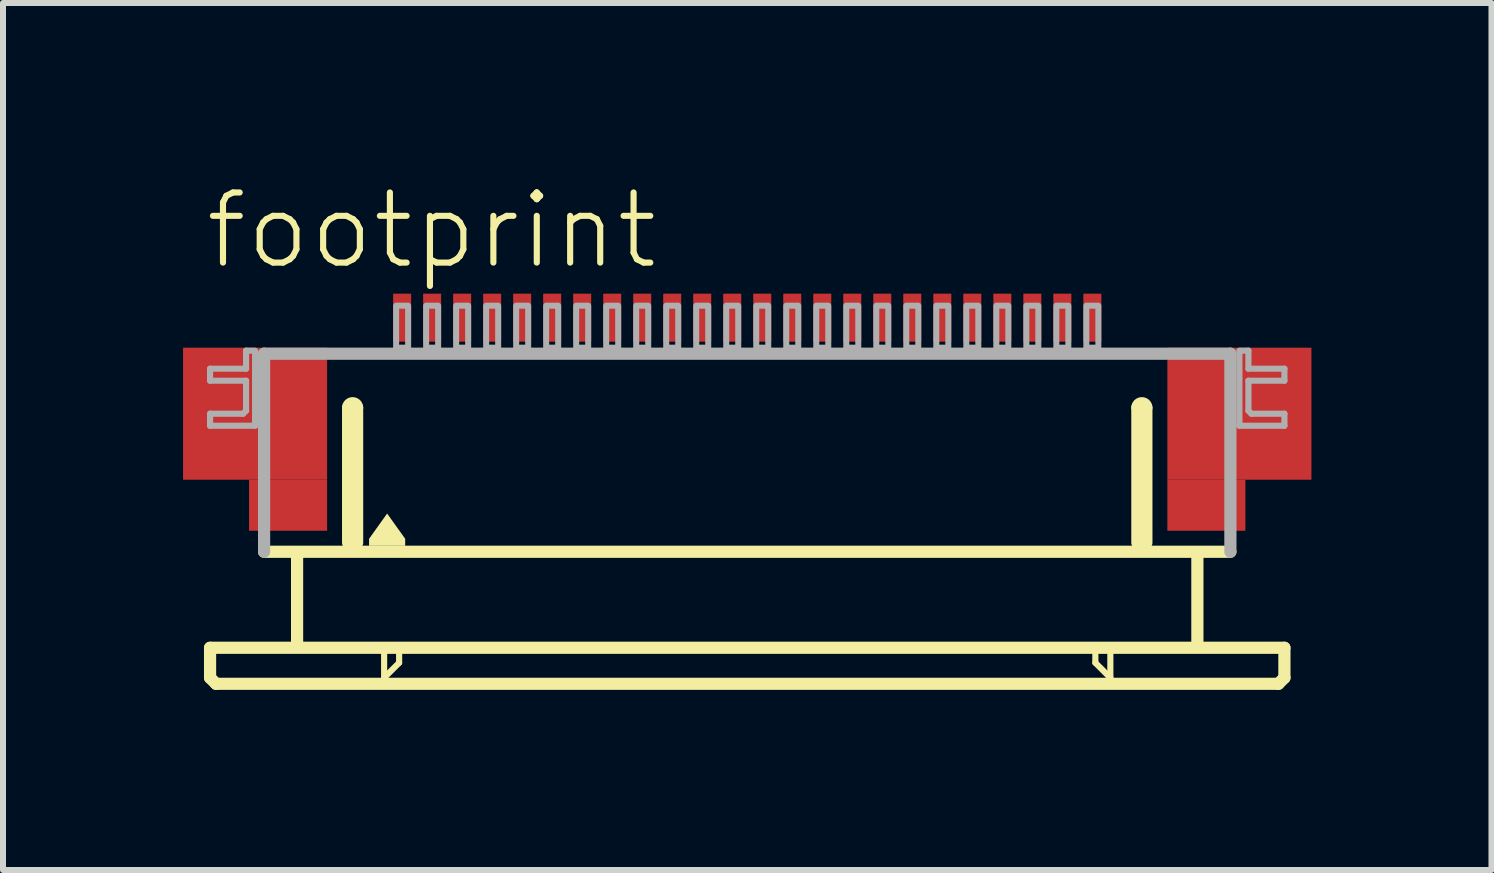
<source format=kicad_pcb>
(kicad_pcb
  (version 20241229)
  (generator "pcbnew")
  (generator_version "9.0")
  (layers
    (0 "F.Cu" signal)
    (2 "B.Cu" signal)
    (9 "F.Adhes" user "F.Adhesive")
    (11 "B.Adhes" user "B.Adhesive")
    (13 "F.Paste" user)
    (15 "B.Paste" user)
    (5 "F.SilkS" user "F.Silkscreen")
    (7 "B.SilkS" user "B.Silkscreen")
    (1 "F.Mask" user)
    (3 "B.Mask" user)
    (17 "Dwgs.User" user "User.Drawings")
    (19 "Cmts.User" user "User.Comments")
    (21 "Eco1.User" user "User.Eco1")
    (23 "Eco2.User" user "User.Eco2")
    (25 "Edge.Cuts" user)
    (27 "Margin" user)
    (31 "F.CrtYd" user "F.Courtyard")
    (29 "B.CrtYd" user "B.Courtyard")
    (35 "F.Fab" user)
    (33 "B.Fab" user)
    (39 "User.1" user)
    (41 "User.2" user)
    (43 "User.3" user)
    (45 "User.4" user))
  (footprint "footprint"
    (layer "F.Cu")
    (at 9.4 4.743)
    (property "Reference" "footprint" (at -9.08 -3.27 0) (layer "F.SilkS") (effects (font (size 1.168 1.168) (thickness 0.102)) (justify left bottom)))
    (fp_poly (pts (xy -9.4 0.2) (xy -7 0.2) (xy -7 -2) (xy -9.4 -2)) (stroke (width 0) (type solid)) (fill yes) (layer "F.Cu"))
    (fp_poly (pts (xy -8.3 1.05) (xy -7 1.05) (xy -7 0.2) (xy -8.3 0.2)) (stroke (width 0) (type solid)) (fill yes) (layer "F.Cu"))
    (fp_poly (pts (xy 7 0.2) (xy 9.4 0.2) (xy 9.4 -2) (xy 7 -2)) (stroke (width 0) (type solid)) (fill yes) (layer "F.Cu"))
    (fp_poly (pts (xy 7 1.05) (xy 8.3 1.05) (xy 8.3 0.2) (xy 7 0.2)) (stroke (width 0) (type solid)) (fill yes) (layer "F.Cu"))
    (fp_poly (pts (xy -9.4 0.2) (xy -8.25 0.2) (xy -8.25 -2) (xy -9.4 -2)) (stroke (width 0) (type solid)) (fill yes) (layer "F.Mask"))
    (fp_poly (pts (xy -8.3 1.05) (xy -7 1.05) (xy -7 -2) (xy -8.3 -2)) (stroke (width 0) (type solid)) (fill yes) (layer "F.Mask"))
    (fp_poly (pts (xy 8.3 -2) (xy 7 -2) (xy 7 1.05) (xy 8.3 1.05)) (stroke (width 0) (type solid)) (fill yes) (layer "F.Mask"))
    (fp_poly (pts (xy 9.4 -2) (xy 8.25 -2) (xy 8.25 0.2) (xy 9.4 0.2)) (stroke (width 0) (type solid)) (fill yes) (layer "F.Mask"))
    (fp_line (start -8.95 3) (end -8.95 3.5) (stroke (width 0.203) (type solid)) (layer "F.SilkS"))
    (fp_line (start -8.95 3.5) (end -8.85 3.6) (stroke (width 0.203) (type solid)) (layer "F.SilkS"))
    (fp_line (start -8.85 3.6) (end 8.85 3.6) (stroke (width 0.203) (type solid)) (layer "F.SilkS"))
    (fp_line (start -7.5 1.5) (end -7.5 2.9) (stroke (width 0.203) (type solid)) (layer "F.SilkS"))
    (fp_line (start -6.65 1.25) (end -6.65 -1) (stroke (width 0.203) (type solid)) (layer "F.SilkS"))
    (fp_line (start -6.5 -1) (end -6.5 1.25) (stroke (width 0.203) (type solid)) (layer "F.SilkS"))
    (fp_line (start -6.05 3.1) (end -6.05 3.5) (stroke (width 0.102) (type solid)) (layer "F.SilkS"))
    (fp_line (start -6.05 3.5) (end -5.8 3.25) (stroke (width 0.102) (type solid)) (layer "F.SilkS"))
    (fp_line (start -5.8 3.25) (end -5.8 3.1) (stroke (width 0.102) (type solid)) (layer "F.SilkS"))
    (fp_line (start 5.8 3.1) (end 5.8 3.25) (stroke (width 0.102) (type solid)) (layer "F.SilkS"))
    (fp_line (start 5.8 3.25) (end 6.05 3.5) (stroke (width 0.102) (type solid)) (layer "F.SilkS"))
    (fp_line (start 6.05 3.5) (end 6.05 3.1) (stroke (width 0.102) (type solid)) (layer "F.SilkS"))
    (fp_line (start 6.5 1.25) (end 6.5 -1) (stroke (width 0.203) (type solid)) (layer "F.SilkS"))
    (fp_line (start 6.65 -1) (end 6.65 1.25) (stroke (width 0.203) (type solid)) (layer "F.SilkS"))
    (fp_line (start 7.5 1.5) (end 7.5 2.9) (stroke (width 0.203) (type solid)) (layer "F.SilkS"))
    (fp_line (start 8.05 1.4) (end -8.05 1.4) (stroke (width 0.203) (type solid)) (layer "F.SilkS"))
    (fp_line (start 8.85 3.6) (end 8.95 3.5) (stroke (width 0.203) (type solid)) (layer "F.SilkS"))
    (fp_line (start 8.95 3) (end -8.95 3) (stroke (width 0.203) (type solid)) (layer "F.SilkS"))
    (fp_line (start 8.95 3.5) (end 8.95 3) (stroke (width 0.203) (type solid)) (layer "F.SilkS"))
    (fp_arc (start -6.65 -1) (mid -6.575 -1.075) (end -6.5 -1) (stroke (width 0.2032) (type solid)) (layer "F.SilkS"))
    (fp_arc (start 6.5 -1) (mid 6.575 -1.075) (end 6.65 -1) (stroke (width 0.2032) (type solid)) (layer "F.SilkS"))
    (fp_poly (pts (xy -5.699 1.184) (xy -5.699 1.301) (xy -6.301 1.301) (xy -6.301 1.184) (xy -6 0.763)) (stroke (width 0) (type solid)) (fill yes) (layer "F.SilkS"))
    (fp_poly (pts (xy -9.2 0.05) (xy -7.2 0.05) (xy -7.2 -1.85) (xy -9.2 -1.85)) (stroke (width 0) (type solid)) (fill yes) (layer "F.Paste"))
    (fp_poly (pts (xy 9.2 -1.85) (xy 7.2 -1.85) (xy 7.2 0.05) (xy 9.2 0.05)) (stroke (width 0) (type solid)) (fill yes) (layer "F.Paste"))
    (fp_line (start -8.95 -1.65) (end -8.95 -1.45) (stroke (width 0.102) (type solid)) (layer "F.Fab"))
    (fp_line (start -8.95 -1.45) (end -8.35 -1.45) (stroke (width 0.102) (type solid)) (layer "F.Fab"))
    (fp_line (start -8.95 -0.9) (end -8.95 -0.7) (stroke (width 0.102) (type solid)) (layer "F.Fab"))
    (fp_line (start -8.95 -0.7) (end -8.2 -0.7) (stroke (width 0.102) (type solid)) (layer "F.Fab"))
    (fp_line (start -8.4 -0.9) (end -8.95 -0.9) (stroke (width 0.102) (type solid)) (layer "F.Fab"))
    (fp_line (start -8.35 -1.95) (end -8.35 -1.65) (stroke (width 0.102) (type solid)) (layer "F.Fab"))
    (fp_line (start -8.35 -1.65) (end -8.95 -1.65) (stroke (width 0.102) (type solid)) (layer "F.Fab"))
    (fp_line (start -8.35 -1.45) (end -8.35 -0.95) (stroke (width 0.102) (type solid)) (layer "F.Fab"))
    (fp_line (start -8.35 -0.95) (end -8.4 -0.9) (stroke (width 0.102) (type solid)) (layer "F.Fab"))
    (fp_line (start -8.2 -1.95) (end -8.35 -1.95) (stroke (width 0.102) (type solid)) (layer "F.Fab"))
    (fp_line (start -8.2 -0.7) (end -8.2 -1.9) (stroke (width 0.102) (type solid)) (layer "F.Fab"))
    (fp_line (start -8.05 -1.9) (end 8.05 -1.9) (stroke (width 0.203) (type solid)) (layer "F.Fab"))
    (fp_line (start -8.05 1.4) (end -8.05 -1.9) (stroke (width 0.203) (type solid)) (layer "F.Fab"))
    (fp_line (start 8.05 -1.9) (end 8.05 1.4) (stroke (width 0.203) (type solid)) (layer "F.Fab"))
    (fp_line (start 8.2 -1.95) (end 8.35 -1.95) (stroke (width 0.102) (type solid)) (layer "F.Fab"))
    (fp_line (start 8.2 -0.7) (end 8.2 -1.9) (stroke (width 0.102) (type solid)) (layer "F.Fab"))
    (fp_line (start 8.35 -1.95) (end 8.35 -1.65) (stroke (width 0.102) (type solid)) (layer "F.Fab"))
    (fp_line (start 8.35 -1.65) (end 8.95 -1.65) (stroke (width 0.102) (type solid)) (layer "F.Fab"))
    (fp_line (start 8.35 -1.45) (end 8.35 -0.95) (stroke (width 0.102) (type solid)) (layer "F.Fab"))
    (fp_line (start 8.35 -0.95) (end 8.4 -0.9) (stroke (width 0.102) (type solid)) (layer "F.Fab"))
    (fp_line (start 8.4 -0.9) (end 8.95 -0.9) (stroke (width 0.102) (type solid)) (layer "F.Fab"))
    (fp_line (start 8.95 -1.65) (end 8.95 -1.45) (stroke (width 0.102) (type solid)) (layer "F.Fab"))
    (fp_line (start 8.95 -1.45) (end 8.35 -1.45) (stroke (width 0.102) (type solid)) (layer "F.Fab"))
    (fp_line (start 8.95 -0.9) (end 8.95 -0.7) (stroke (width 0.102) (type solid)) (layer "F.Fab"))
    (fp_line (start 8.95 -0.7) (end 8.2 -0.7) (stroke (width 0.102) (type solid)) (layer "F.Fab"))
    (fp_poly (pts (xy -5.85 -2) (xy -5.65 -2) (xy -5.65 -2.7) (xy -5.85 -2.7)) (stroke (width 0.1) (type solid)) (fill no) (layer "F.Fab"))
    (fp_poly (pts (xy -5.35 -2) (xy -5.15 -2) (xy -5.15 -2.7) (xy -5.35 -2.7)) (stroke (width 0.1) (type solid)) (fill no) (layer "F.Fab"))
    (fp_poly (pts (xy -4.85 -2) (xy -4.65 -2) (xy -4.65 -2.7) (xy -4.85 -2.7)) (stroke (width 0.1) (type solid)) (fill no) (layer "F.Fab"))
    (fp_poly (pts (xy -4.35 -2) (xy -4.15 -2) (xy -4.15 -2.7) (xy -4.35 -2.7)) (stroke (width 0.1) (type solid)) (fill no) (layer "F.Fab"))
    (fp_poly (pts (xy -3.85 -2) (xy -3.65 -2) (xy -3.65 -2.7) (xy -3.85 -2.7)) (stroke (width 0.1) (type solid)) (fill no) (layer "F.Fab"))
    (fp_poly (pts (xy -3.35 -2) (xy -3.15 -2) (xy -3.15 -2.7) (xy -3.35 -2.7)) (stroke (width 0.1) (type solid)) (fill no) (layer "F.Fab"))
    (fp_poly (pts (xy -2.85 -2) (xy -2.65 -2) (xy -2.65 -2.7) (xy -2.85 -2.7)) (stroke (width 0.1) (type solid)) (fill no) (layer "F.Fab"))
    (fp_poly (pts (xy -2.35 -2) (xy -2.15 -2) (xy -2.15 -2.7) (xy -2.35 -2.7)) (stroke (width 0.1) (type solid)) (fill no) (layer "F.Fab"))
    (fp_poly (pts (xy -1.85 -2) (xy -1.65 -2) (xy -1.65 -2.7) (xy -1.85 -2.7)) (stroke (width 0.1) (type solid)) (fill no) (layer "F.Fab"))
    (fp_poly (pts (xy -1.35 -2) (xy -1.15 -2) (xy -1.15 -2.7) (xy -1.35 -2.7)) (stroke (width 0.1) (type solid)) (fill no) (layer "F.Fab"))
    (fp_poly (pts (xy -0.85 -2) (xy -0.65 -2) (xy -0.65 -2.7) (xy -0.85 -2.7)) (stroke (width 0.1) (type solid)) (fill no) (layer "F.Fab"))
    (fp_poly (pts (xy -0.35 -2) (xy -0.15 -2) (xy -0.15 -2.7) (xy -0.35 -2.7)) (stroke (width 0.1) (type solid)) (fill no) (layer "F.Fab"))
    (fp_poly (pts (xy 0.15 -2) (xy 0.35 -2) (xy 0.35 -2.7) (xy 0.15 -2.7)) (stroke (width 0.1) (type solid)) (fill no) (layer "F.Fab"))
    (fp_poly (pts (xy 0.65 -2) (xy 0.85 -2) (xy 0.85 -2.7) (xy 0.65 -2.7)) (stroke (width 0.1) (type solid)) (fill no) (layer "F.Fab"))
    (fp_poly (pts (xy 1.15 -2) (xy 1.35 -2) (xy 1.35 -2.7) (xy 1.15 -2.7)) (stroke (width 0.1) (type solid)) (fill no) (layer "F.Fab"))
    (fp_poly (pts (xy 1.65 -2) (xy 1.85 -2) (xy 1.85 -2.7) (xy 1.65 -2.7)) (stroke (width 0.1) (type solid)) (fill no) (layer "F.Fab"))
    (fp_poly (pts (xy 2.15 -2) (xy 2.35 -2) (xy 2.35 -2.7) (xy 2.15 -2.7)) (stroke (width 0.1) (type solid)) (fill no) (layer "F.Fab"))
    (fp_poly (pts (xy 2.65 -2) (xy 2.85 -2) (xy 2.85 -2.7) (xy 2.65 -2.7)) (stroke (width 0.1) (type solid)) (fill no) (layer "F.Fab"))
    (fp_poly (pts (xy 3.15 -2) (xy 3.35 -2) (xy 3.35 -2.7) (xy 3.15 -2.7)) (stroke (width 0.1) (type solid)) (fill no) (layer "F.Fab"))
    (fp_poly (pts (xy 3.65 -2) (xy 3.85 -2) (xy 3.85 -2.7) (xy 3.65 -2.7)) (stroke (width 0.1) (type solid)) (fill no) (layer "F.Fab"))
    (fp_poly (pts (xy 4.15 -2) (xy 4.35 -2) (xy 4.35 -2.7) (xy 4.15 -2.7)) (stroke (width 0.1) (type solid)) (fill no) (layer "F.Fab"))
    (fp_poly (pts (xy 4.65 -2) (xy 4.85 -2) (xy 4.85 -2.7) (xy 4.65 -2.7)) (stroke (width 0.1) (type solid)) (fill no) (layer "F.Fab"))
    (fp_poly (pts (xy 5.15 -2) (xy 5.35 -2) (xy 5.35 -2.7) (xy 5.15 -2.7)) (stroke (width 0.1) (type solid)) (fill no) (layer "F.Fab"))
    (fp_poly (pts (xy 5.65 -2) (xy 5.85 -2) (xy 5.85 -2.7) (xy 5.65 -2.7)) (stroke (width 0.1) (type solid)) (fill no) (layer "F.Fab"))
    (pad "1" smd rect (at -5.75 -2.5) (size 0.3 0.8) (layers "F.Cu" "F.Mask" "F.Paste"))
    (pad "2" smd rect (at -5.25 -2.5) (size 0.3 0.8) (layers "F.Cu" "F.Mask" "F.Paste"))
    (pad "3" smd rect (at -4.75 -2.5) (size 0.3 0.8) (layers "F.Cu" "F.Mask" "F.Paste"))
    (pad "4" smd rect (at -4.25 -2.5) (size 0.3 0.8) (layers "F.Cu" "F.Mask" "F.Paste"))
    (pad "5" smd rect (at -3.75 -2.5) (size 0.3 0.8) (layers "F.Cu" "F.Mask" "F.Paste"))
    (pad "6" smd rect (at -3.25 -2.5) (size 0.3 0.8) (layers "F.Cu" "F.Mask" "F.Paste"))
    (pad "7" smd rect (at -2.75 -2.5) (size 0.3 0.8) (layers "F.Cu" "F.Mask" "F.Paste"))
    (pad "8" smd rect (at -2.25 -2.5) (size 0.3 0.8) (layers "F.Cu" "F.Mask" "F.Paste"))
    (pad "9" smd rect (at -1.75 -2.5) (size 0.3 0.8) (layers "F.Cu" "F.Mask" "F.Paste"))
    (pad "10" smd rect (at -1.25 -2.5) (size 0.3 0.8) (layers "F.Cu" "F.Mask" "F.Paste"))
    (pad "11" smd rect (at -0.75 -2.5) (size 0.3 0.8) (layers "F.Cu" "F.Mask" "F.Paste"))
    (pad "12" smd rect (at -0.25 -2.5) (size 0.3 0.8) (layers "F.Cu" "F.Mask" "F.Paste"))
    (pad "13" smd rect (at 0.25 -2.5) (size 0.3 0.8) (layers "F.Cu" "F.Mask" "F.Paste"))
    (pad "14" smd rect (at 0.75 -2.5) (size 0.3 0.8) (layers "F.Cu" "F.Mask" "F.Paste"))
    (pad "15" smd rect (at 1.25 -2.5) (size 0.3 0.8) (layers "F.Cu" "F.Mask" "F.Paste"))
    (pad "16" smd rect (at 1.75 -2.5) (size 0.3 0.8) (layers "F.Cu" "F.Mask" "F.Paste"))
    (pad "17" smd rect (at 2.25 -2.5) (size 0.3 0.8) (layers "F.Cu" "F.Mask" "F.Paste"))
    (pad "18" smd rect (at 2.75 -2.5) (size 0.3 0.8) (layers "F.Cu" "F.Mask" "F.Paste"))
    (pad "19" smd rect (at 3.25 -2.5) (size 0.3 0.8) (layers "F.Cu" "F.Mask" "F.Paste"))
    (pad "20" smd rect (at 3.75 -2.5) (size 0.3 0.8) (layers "F.Cu" "F.Mask" "F.Paste"))
    (pad "21" smd rect (at 4.25 -2.5) (size 0.3 0.8) (layers "F.Cu" "F.Mask" "F.Paste"))
    (pad "22" smd rect (at 4.75 -2.5) (size 0.3 0.8) (layers "F.Cu" "F.Mask" "F.Paste"))
    (pad "23" smd rect (at 5.25 -2.5) (size 0.3 0.8) (layers "F.Cu" "F.Mask" "F.Paste"))
    (pad "24" smd rect (at 5.75 -2.5) (size 0.3 0.8) (layers "F.Cu" "F.Mask" "F.Paste")))
  (gr_rect
    (start -3 -3)
    (end 21.8 11.445)
    (stroke (width 0.1) (type default))
    (fill no)
    (layer "Edge.Cuts")))
</source>
